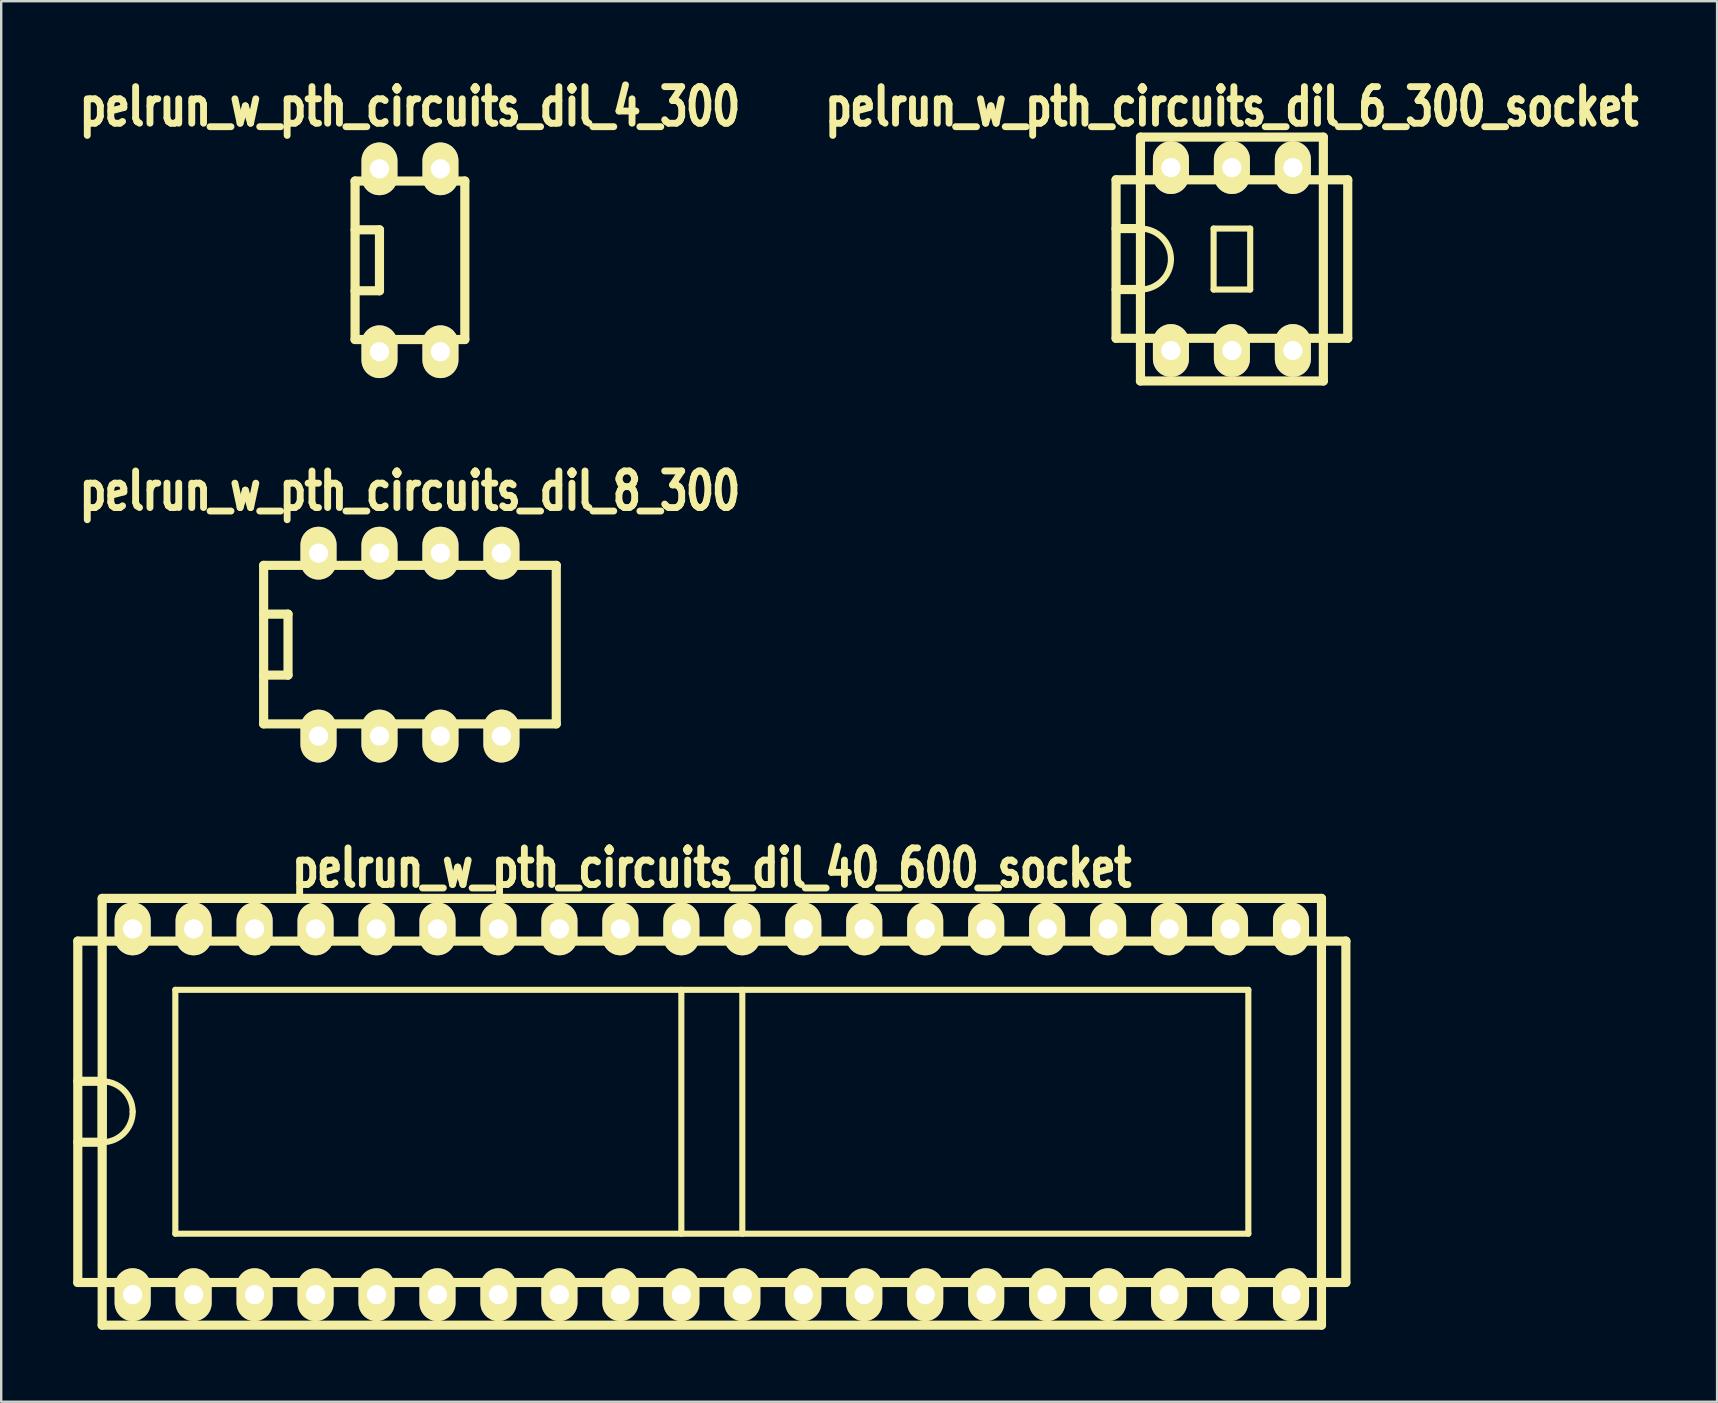
<source format=kicad_pcb>
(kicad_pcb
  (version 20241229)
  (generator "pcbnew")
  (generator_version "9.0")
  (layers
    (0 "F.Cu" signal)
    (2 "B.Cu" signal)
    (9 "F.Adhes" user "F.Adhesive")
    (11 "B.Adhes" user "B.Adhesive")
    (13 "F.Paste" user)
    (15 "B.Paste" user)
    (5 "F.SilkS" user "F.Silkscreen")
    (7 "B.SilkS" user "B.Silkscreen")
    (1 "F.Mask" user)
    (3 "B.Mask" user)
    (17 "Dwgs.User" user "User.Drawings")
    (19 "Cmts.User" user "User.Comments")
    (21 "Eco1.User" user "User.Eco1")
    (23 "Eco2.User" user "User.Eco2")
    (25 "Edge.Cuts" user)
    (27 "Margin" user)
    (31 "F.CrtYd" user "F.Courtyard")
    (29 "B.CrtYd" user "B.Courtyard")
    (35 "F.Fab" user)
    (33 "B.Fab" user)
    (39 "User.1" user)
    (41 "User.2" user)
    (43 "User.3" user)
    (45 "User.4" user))
  (footprint "pelrun_w_pth_circuits_dil_4_300"
    (layer "F.Cu")
    (at 14.03 7.794)
    (property "Reference" "pelrun_w_pth_circuits_dil_4_300" (at 0 -6.401 0) (layer "F.SilkS") (effects (font (size 1.524 1.143) (thickness 0.287))))
    (attr through_hole)
    (fp_line (start -2.286 -3.302) (end 2.286 -3.302) (stroke (width 0.381) (type solid)) (layer "F.SilkS"))
    (fp_line (start -2.286 3.302) (end -2.286 -3.302) (stroke (width 0.381) (type solid)) (layer "F.SilkS"))
    (fp_line (start -1.27 -1.27) (end -2.286 -1.27) (stroke (width 0.381) (type solid)) (layer "F.SilkS"))
    (fp_line (start -1.27 -1.27) (end -1.27 1.27) (stroke (width 0.381) (type solid)) (layer "F.SilkS"))
    (fp_line (start -1.27 1.27) (end -2.286 1.27) (stroke (width 0.381) (type solid)) (layer "F.SilkS"))
    (fp_line (start 2.286 -3.302) (end 2.286 3.302) (stroke (width 0.381) (type solid)) (layer "F.SilkS"))
    (fp_line (start 2.286 3.302) (end -2.286 3.302) (stroke (width 0.381) (type solid)) (layer "F.SilkS"))
    (pad "1" thru_hole oval (at -1.27 3.81) (size 1.499 2.197) (drill 0.8) (layers "*.Cu" "*.Mask" "F.SilkS"))
    (pad "2" thru_hole oval (at 1.27 3.81) (size 1.499 2.197) (drill 0.8) (layers "*.Cu" "*.Mask" "F.SilkS"))
    (pad "3" thru_hole oval (at 1.27 -3.81) (size 1.496 2.195) (drill 0.8) (layers "*.Cu" "*.Mask" "F.SilkS"))
    (pad "4" thru_hole oval (at -1.27 -3.81) (size 1.496 2.195) (drill 0.8) (layers "*.Cu" "*.Mask" "F.SilkS")))
  (footprint "pelrun_w_pth_circuits_dil_8_300"
    (layer "F.Cu")
    (at 14.03 23.807)
    (property "Reference" "pelrun_w_pth_circuits_dil_8_300" (at 0 -6.401 0) (layer "F.SilkS") (effects (font (size 1.524 1.143) (thickness 0.287))))
    (attr through_hole)
    (fp_line (start -6.096 -3.302) (end 6.096 -3.302) (stroke (width 0.381) (type solid)) (layer "F.SilkS"))
    (fp_line (start -6.096 3.302) (end -6.096 -3.302) (stroke (width 0.381) (type solid)) (layer "F.SilkS"))
    (fp_line (start -5.08 -1.27) (end -6.096 -1.27) (stroke (width 0.381) (type solid)) (layer "F.SilkS"))
    (fp_line (start -5.08 -1.27) (end -5.08 1.27) (stroke (width 0.381) (type solid)) (layer "F.SilkS"))
    (fp_line (start -5.08 1.27) (end -6.096 1.27) (stroke (width 0.381) (type solid)) (layer "F.SilkS"))
    (fp_line (start 6.096 -3.302) (end 6.096 3.302) (stroke (width 0.381) (type solid)) (layer "F.SilkS"))
    (fp_line (start 6.096 3.302) (end -6.096 3.302) (stroke (width 0.381) (type solid)) (layer "F.SilkS"))
    (pad "1" thru_hole oval (at -3.81 3.81) (size 1.501 2.2) (drill 0.8) (layers "*.Cu" "*.Mask" "F.SilkS"))
    (pad "2" thru_hole oval (at -1.27 3.81) (size 1.501 2.2) (drill 0.8) (layers "*.Cu" "*.Mask" "F.SilkS"))
    (pad "3" thru_hole oval (at 1.27 3.81) (size 1.501 2.2) (drill 0.8) (layers "*.Cu" "*.Mask" "F.SilkS"))
    (pad "4" thru_hole oval (at 3.81 3.81) (size 1.501 2.2) (drill 0.8) (layers "*.Cu" "*.Mask" "F.SilkS"))
    (pad "5" thru_hole oval (at 3.81 -3.81) (size 1.501 2.2) (drill 0.8) (layers "*.Cu" "*.Mask" "F.SilkS"))
    (pad "6" thru_hole oval (at 1.27 -3.81) (size 1.501 2.2) (drill 0.8) (layers "*.Cu" "*.Mask" "F.SilkS"))
    (pad "7" thru_hole oval (at -1.27 -3.81) (size 1.501 2.2) (drill 0.8) (layers "*.Cu" "*.Mask" "F.SilkS"))
    (pad "8" thru_hole oval (at -3.81 -3.81) (size 1.501 2.2) (drill 0.8) (layers "*.Cu" "*.Mask" "F.SilkS")))
  (footprint "pelrun_w_pth_circuits_dil_6_300_socket"
    (layer "F.Cu")
    (at 48.275 7.743)
    (property "Reference" "pelrun_w_pth_circuits_dil_6_300_socket" (at 0 -6.35 0) (layer "F.SilkS") (effects (font (size 1.524 1.143) (thickness 0.287))))
    (attr through_hole)
    (fp_line (start -4.826 -3.302) (end 4.826 -3.302) (stroke (width 0.381) (type solid)) (layer "F.SilkS"))
    (fp_line (start -4.826 3.302) (end -4.826 -3.302) (stroke (width 0.381) (type solid)) (layer "F.SilkS"))
    (fp_line (start -3.81 -5.08) (end 3.81 -5.08) (stroke (width 0.381) (type solid)) (layer "F.SilkS"))
    (fp_line (start -3.81 -1.27) (end -4.826 -1.27) (stroke (width 0.381) (type solid)) (layer "F.SilkS"))
    (fp_line (start -3.81 1.27) (end -4.826 1.27) (stroke (width 0.381) (type solid)) (layer "F.SilkS"))
    (fp_line (start -3.81 5.08) (end -3.81 -5.08) (stroke (width 0.381) (type solid)) (layer "F.SilkS"))
    (fp_line (start -0.762 -1.27) (end -0.762 1.27) (stroke (width 0.254) (type solid)) (layer "F.SilkS"))
    (fp_line (start -0.762 1.27) (end 0.762 1.27) (stroke (width 0.254) (type solid)) (layer "F.SilkS"))
    (fp_line (start 0.762 -1.27) (end -0.762 -1.27) (stroke (width 0.254) (type solid)) (layer "F.SilkS"))
    (fp_line (start 0.762 1.27) (end 0.762 -1.27) (stroke (width 0.254) (type solid)) (layer "F.SilkS"))
    (fp_line (start 3.81 -5.08) (end 3.81 5.08) (stroke (width 0.381) (type solid)) (layer "F.SilkS"))
    (fp_line (start 3.81 5.08) (end -3.81 5.08) (stroke (width 0.381) (type solid)) (layer "F.SilkS"))
    (fp_line (start 4.826 -3.302) (end 4.826 3.302) (stroke (width 0.381) (type solid)) (layer "F.SilkS"))
    (fp_line (start 4.826 3.302) (end -4.826 3.302) (stroke (width 0.381) (type solid)) (layer "F.SilkS"))
    (fp_arc (start -3.81 -1.27) (mid -2.911974 -0.898026) (end -2.54 0) (stroke (width 0.254) (type solid)) (layer "F.SilkS"))
    (fp_arc (start -2.54 0) (mid -2.911974 0.898026) (end -3.81 1.27) (stroke (width 0.254) (type solid)) (layer "F.SilkS"))
    (pad "1" thru_hole oval (at -2.54 3.81) (size 1.501 2.2) (drill 0.8) (layers "*.Cu" "*.Mask" "F.SilkS"))
    (pad "2" thru_hole oval (at 0 3.81) (size 1.501 2.2) (drill 0.8) (layers "*.Cu" "*.Mask" "F.SilkS"))
    (pad "3" thru_hole oval (at 2.54 3.81) (size 1.501 2.2) (drill 0.8) (layers "*.Cu" "*.Mask" "F.SilkS"))
    (pad "4" thru_hole oval (at 2.54 -3.81) (size 1.501 2.2) (drill 0.8) (layers "*.Cu" "*.Mask" "F.SilkS"))
    (pad "5" thru_hole oval (at 0 -3.81) (size 1.501 2.2) (drill 0.8) (layers "*.Cu" "*.Mask" "F.SilkS"))
    (pad "6" thru_hole oval (at -2.54 -3.81) (size 1.501 2.2) (drill 0.8) (layers "*.Cu" "*.Mask" "F.SilkS")))
  (footprint "pelrun_w_pth_circuits_dil_40_600_socket"
    (layer "F.Cu")
    (at 26.607 43.27)
    (property "Reference" "pelrun_w_pth_circuits_dil_40_600_socket" (at 0 -10.16 0) (layer "F.SilkS") (effects (font (size 1.524 1.143) (thickness 0.287))))
    (attr through_hole)
    (fp_line (start -26.416 -7.112) (end -26.416 7.112) (stroke (width 0.381) (type solid)) (layer "F.SilkS"))
    (fp_line (start -25.4 -8.89) (end 25.4 -8.89) (stroke (width 0.381) (type solid)) (layer "F.SilkS"))
    (fp_line (start -25.4 -1.27) (end -26.416 -1.27) (stroke (width 0.381) (type solid)) (layer "F.SilkS"))
    (fp_line (start -25.4 -1.27) (end -25.4 1.27) (stroke (width 0.381) (type solid)) (layer "F.SilkS"))
    (fp_line (start -25.4 1.27) (end -26.416 1.27) (stroke (width 0.381) (type solid)) (layer "F.SilkS"))
    (fp_line (start -25.4 8.89) (end -25.4 -8.89) (stroke (width 0.381) (type solid)) (layer "F.SilkS"))
    (fp_line (start -25.4 8.89) (end 25.4 8.89) (stroke (width 0.381) (type solid)) (layer "F.SilkS"))
    (fp_line (start -22.352 -5.08) (end -22.352 5.08) (stroke (width 0.254) (type solid)) (layer "F.SilkS"))
    (fp_line (start -22.352 -5.08) (end 22.352 -5.08) (stroke (width 0.254) (type solid)) (layer "F.SilkS"))
    (fp_line (start -1.27 -5.08) (end -1.27 5.08) (stroke (width 0.254) (type solid)) (layer "F.SilkS"))
    (fp_line (start 1.27 5.08) (end 1.27 -5.08) (stroke (width 0.254) (type solid)) (layer "F.SilkS"))
    (fp_line (start 22.352 -5.08) (end 22.352 5.08) (stroke (width 0.254) (type solid)) (layer "F.SilkS"))
    (fp_line (start 22.352 5.08) (end -22.352 5.08) (stroke (width 0.254) (type solid)) (layer "F.SilkS"))
    (fp_line (start 25.4 -8.89) (end 25.4 8.89) (stroke (width 0.381) (type solid)) (layer "F.SilkS"))
    (fp_line (start 26.416 -7.112) (end -26.416 -7.112) (stroke (width 0.381) (type solid)) (layer "F.SilkS"))
    (fp_line (start 26.416 7.112) (end -26.416 7.112) (stroke (width 0.381) (type solid)) (layer "F.SilkS"))
    (fp_line (start 26.416 7.112) (end 26.416 -7.112) (stroke (width 0.381) (type solid)) (layer "F.SilkS"))
    (fp_arc (start -25.4 -1.27) (mid -24.501974 -0.898026) (end -24.13 0) (stroke (width 0.254) (type solid)) (layer "F.SilkS"))
    (fp_arc (start -24.13 0) (mid -24.501974 0.898026) (end -25.4 1.27) (stroke (width 0.254) (type solid)) (layer "F.SilkS"))
    (pad "1" thru_hole oval (at -24.13 7.62) (size 1.501 2.2) (drill 0.8) (layers "*.Cu" "*.Mask" "F.SilkS"))
    (pad "2" thru_hole oval (at -21.59 7.62) (size 1.501 2.2) (drill 0.8) (layers "*.Cu" "*.Mask" "F.SilkS"))
    (pad "3" thru_hole oval (at -19.05 7.62) (size 1.501 2.2) (drill 0.8) (layers "*.Cu" "*.Mask" "F.SilkS"))
    (pad "4" thru_hole oval (at -16.51 7.62) (size 1.501 2.2) (drill 0.8) (layers "*.Cu" "*.Mask" "F.SilkS"))
    (pad "5" thru_hole oval (at -13.97 7.62) (size 1.501 2.2) (drill 0.8) (layers "*.Cu" "*.Mask" "F.SilkS"))
    (pad "6" thru_hole oval (at -11.43 7.62) (size 1.501 2.2) (drill 0.8) (layers "*.Cu" "*.Mask" "F.SilkS"))
    (pad "7" thru_hole oval (at -8.89 7.62) (size 1.501 2.2) (drill 0.8) (layers "*.Cu" "*.Mask" "F.SilkS"))
    (pad "8" thru_hole oval (at -6.35 7.62) (size 1.501 2.2) (drill 0.8) (layers "*.Cu" "*.Mask" "F.SilkS"))
    (pad "9" thru_hole oval (at -3.81 7.62) (size 1.501 2.2) (drill 0.8) (layers "*.Cu" "*.Mask" "F.SilkS"))
    (pad "10" thru_hole oval (at -1.27 7.62) (size 1.501 2.2) (drill 0.8) (layers "*.Cu" "*.Mask" "F.SilkS"))
    (pad "11" thru_hole oval (at 1.27 7.62) (size 1.501 2.2) (drill 0.8) (layers "*.Cu" "*.Mask" "F.SilkS"))
    (pad "12" thru_hole oval (at 3.81 7.62) (size 1.501 2.2) (drill 0.8) (layers "*.Cu" "*.Mask" "F.SilkS"))
    (pad "13" thru_hole oval (at 6.35 7.62) (size 1.501 2.2) (drill 0.8) (layers "*.Cu" "*.Mask" "F.SilkS"))
    (pad "14" thru_hole oval (at 8.89 7.62) (size 1.501 2.2) (drill 0.8) (layers "*.Cu" "*.Mask" "F.SilkS"))
    (pad "15" thru_hole oval (at 11.43 7.62) (size 1.501 2.2) (drill 0.8) (layers "*.Cu" "*.Mask" "F.SilkS"))
    (pad "16" thru_hole oval (at 13.97 7.62) (size 1.501 2.2) (drill 0.8) (layers "*.Cu" "*.Mask" "F.SilkS"))
    (pad "17" thru_hole oval (at 16.51 7.62) (size 1.501 2.2) (drill 0.8) (layers "*.Cu" "*.Mask" "F.SilkS"))
    (pad "18" thru_hole oval (at 19.05 7.62) (size 1.501 2.2) (drill 0.8) (layers "*.Cu" "*.Mask" "F.SilkS"))
    (pad "19" thru_hole oval (at 21.59 7.62) (size 1.501 2.2) (drill 0.8) (layers "*.Cu" "*.Mask" "F.SilkS"))
    (pad "20" thru_hole oval (at 24.13 7.62) (size 1.501 2.2) (drill 0.8) (layers "*.Cu" "*.Mask" "F.SilkS"))
    (pad "21" thru_hole oval (at 24.13 -7.62) (size 1.501 2.2) (drill 0.8) (layers "*.Cu" "*.Mask" "F.SilkS"))
    (pad "22" thru_hole oval (at 21.59 -7.62) (size 1.501 2.2) (drill 0.8) (layers "*.Cu" "*.Mask" "F.SilkS"))
    (pad "23" thru_hole oval (at 19.05 -7.62) (size 1.501 2.2) (drill 0.8) (layers "*.Cu" "*.Mask" "F.SilkS"))
    (pad "24" thru_hole oval (at 16.51 -7.62) (size 1.501 2.2) (drill 0.8) (layers "*.Cu" "*.Mask" "F.SilkS"))
    (pad "25" thru_hole oval (at 13.97 -7.62) (size 1.501 2.2) (drill 0.8) (layers "*.Cu" "*.Mask" "F.SilkS"))
    (pad "26" thru_hole oval (at 11.43 -7.62) (size 1.501 2.2) (drill 0.8) (layers "*.Cu" "*.Mask" "F.SilkS"))
    (pad "27" thru_hole oval (at 8.89 -7.62) (size 1.501 2.2) (drill 0.8) (layers "*.Cu" "*.Mask" "F.SilkS"))
    (pad "28" thru_hole oval (at 6.35 -7.62) (size 1.501 2.2) (drill 0.8) (layers "*.Cu" "*.Mask" "F.SilkS"))
    (pad "29" thru_hole oval (at 3.81 -7.62) (size 1.501 2.2) (drill 0.8) (layers "*.Cu" "*.Mask" "F.SilkS"))
    (pad "30" thru_hole oval (at 1.27 -7.62) (size 1.501 2.2) (drill 0.8) (layers "*.Cu" "*.Mask" "F.SilkS"))
    (pad "31" thru_hole oval (at -1.27 -7.62) (size 1.501 2.2) (drill 0.8) (layers "*.Cu" "*.Mask" "F.SilkS"))
    (pad "32" thru_hole oval (at -3.81 -7.62) (size 1.501 2.2) (drill 0.8) (layers "*.Cu" "*.Mask" "F.SilkS"))
    (pad "33" thru_hole oval (at -6.35 -7.62) (size 1.501 2.2) (drill 0.8) (layers "*.Cu" "*.Mask" "F.SilkS"))
    (pad "34" thru_hole oval (at -8.89 -7.62) (size 1.501 2.2) (drill 0.8) (layers "*.Cu" "*.Mask" "F.SilkS"))
    (pad "35" thru_hole oval (at -11.43 -7.62) (size 1.501 2.2) (drill 0.8) (layers "*.Cu" "*.Mask" "F.SilkS"))
    (pad "36" thru_hole oval (at -13.97 -7.62) (size 1.501 2.2) (drill 0.8) (layers "*.Cu" "*.Mask" "F.SilkS"))
    (pad "37" thru_hole oval (at -16.51 -7.62) (size 1.501 2.2) (drill 0.8) (layers "*.Cu" "*.Mask" "F.SilkS"))
    (pad "38" thru_hole oval (at -19.05 -7.62) (size 1.501 2.2) (drill 0.8) (layers "*.Cu" "*.Mask" "F.SilkS"))
    (pad "39" thru_hole oval (at -21.59 -7.62) (size 1.501 2.2) (drill 0.8) (layers "*.Cu" "*.Mask" "F.SilkS"))
    (pad "40" thru_hole oval (at -24.13 -7.62) (size 1.501 2.2) (drill 0.8) (layers "*.Cu" "*.Mask" "F.SilkS")))
  (gr_rect
    (start -3 -3)
    (end 68.489 55.351)
    (stroke (width 0.1) (type default))
    (fill no)
    (layer "Edge.Cuts")))
</source>
